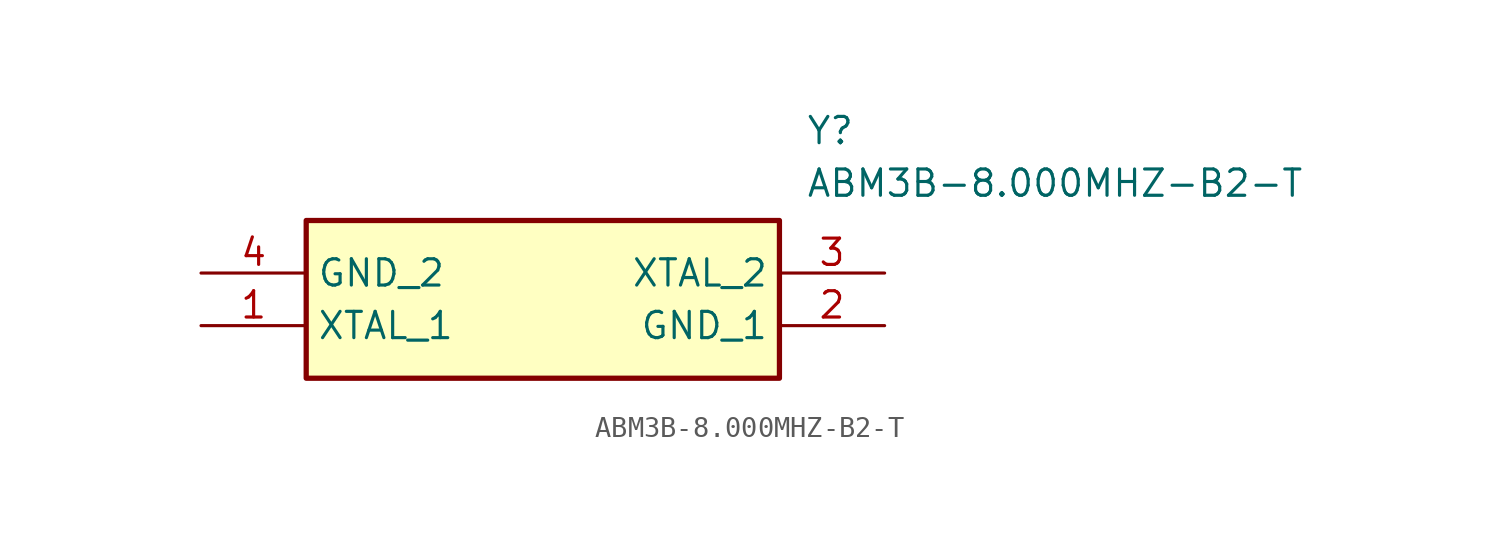
<source format=kicad_sym>
(kicad_symbol_lib
  (version 20211014)
  (generator SamacSys_ECAD_Model)
  (symbol "ABM3B-8.000MHZ-B2-T"
    (property "Reference" "Y"
      (at 29.21 7.62 0)
      (effects (font (size 1.27 1.27)) (justify left top)))
    (property "Value" "ABM3B-8.000MHZ-B2-T"
      (at 29.21 5.08 0)
      (effects (font (size 1.27 1.27)) (justify left top)))
    (rectangle
      (start 5.08 2.54)
      (end 27.94 -5.08)
      (stroke (width 0.254) (type default))
      (fill (type background)))
    (pin passive line
      (at 0 -2.54 0)
      (length 5.08)
      (name "XTAL_1" (effects (font (size 1.27 1.27))))
      (number "1" (effects (font (size 1.27 1.27)))))
    (pin passive line
      (at 33.02 -2.54 180)
      (length 5.08)
      (name "GND_1" (effects (font (size 1.27 1.27))))
      (number "2" (effects (font (size 1.27 1.27)))))
    (pin passive line
      (at 33.02 0 180)
      (length 5.08)
      (name "XTAL_2" (effects (font (size 1.27 1.27))))
      (number "3" (effects (font (size 1.27 1.27)))))
    (pin passive line
      (at 0 0 0)
      (length 5.08)
      (name "GND_2" (effects (font (size 1.27 1.27))))
      (number "4" (effects (font (size 1.27 1.27)))))))
</source>
